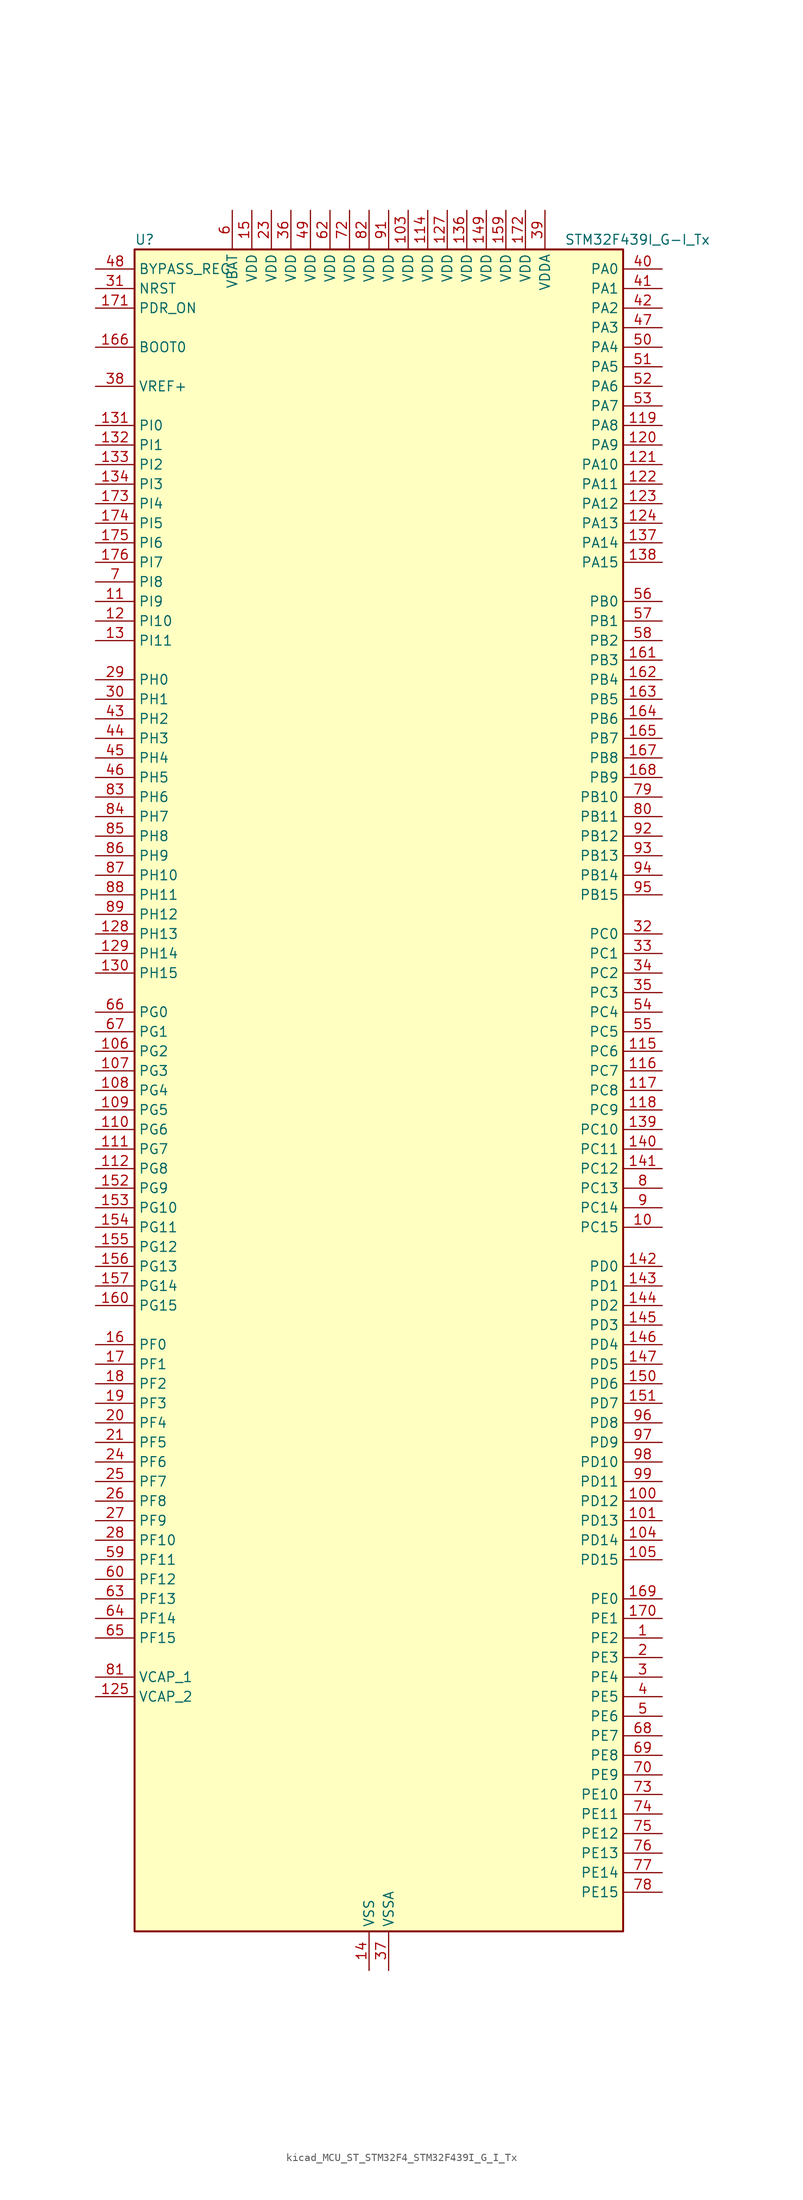
<source format=kicad_sym>
(kicad_symbol_lib
  (version 20220914)
  (generator kicad_symbol_editor)
  (symbol "kicad_MCU_ST_STM32F4_STM32F439I_G_I_Tx"
    (property "Reference" "U"
      (at -30.48 110.49 0)
      (effects (font (size 1.27 1.27)) (justify left)))
    (property "Value" "STM32F439I_G-I_Tx"
      (at 25.4 110.49 0)
      (effects (font (size 1.27 1.27)) (justify left)))
    (property "ki_locked" ""
      (at 0 0 0)
      (effects (font (size 1.27 1.27))))
    (symbol "kicad_MCU_ST_STM32F4_STM32F439I_G_I_Tx_0_1"
      (rectangle (start -30.48 -109.22) (end 33.02 109.22) (stroke (width 0.254) (type default)) (fill (type background))))
    (symbol "kicad_MCU_ST_STM32F4_STM32F439I_G_I_Tx_1_1"
      (pin bidirectional line (at 38.1 -71.12 180) (length 5.08) (name "PE2" (effects (font (size 1.27 1.27)))) (number "1" (effects (font (size 1.27 1.27)))) (alternate "ETH_TXD3" bidirectional line) (alternate "FMC_A23" bidirectional line) (alternate "SAI1_MCLK_A" bidirectional line) (alternate "SPI4_SCK" bidirectional line) (alternate "SYS_TRACECLK" bidirectional line))
      (pin bidirectional line (at 38.1 -17.78 180) (length 5.08) (name "PC15" (effects (font (size 1.27 1.27)))) (number "10" (effects (font (size 1.27 1.27)))) (alternate "ADC1_EXTI15" bidirectional line) (alternate "ADC2_EXTI15" bidirectional line) (alternate "ADC3_EXTI15" bidirectional line) (alternate "RCC_OSC32_OUT" bidirectional line))
      (pin bidirectional line (at 38.1 -53.34 180) (length 5.08) (name "PD12" (effects (font (size 1.27 1.27)))) (number "100" (effects (font (size 1.27 1.27)))) (alternate "FMC_A17" bidirectional line) (alternate "FMC_ALE" bidirectional line) (alternate "TIM4_CH1" bidirectional line) (alternate "USART3_RTS" bidirectional line))
      (pin bidirectional line (at 38.1 -55.88 180) (length 5.08) (name "PD13" (effects (font (size 1.27 1.27)))) (number "101" (effects (font (size 1.27 1.27)))) (alternate "FMC_A18" bidirectional line) (alternate "TIM4_CH2" bidirectional line))
      (pin passive line (at 0 -114.3 90) (length 5.08) hide (name "VSS" (effects (font (size 1.27 1.27)))) (number "102" (effects (font (size 1.27 1.27)))))
      (pin power_in line (at 5.08 114.3 270) (length 5.08) (name "VDD" (effects (font (size 1.27 1.27)))) (number "103" (effects (font (size 1.27 1.27)))))
      (pin bidirectional line (at 38.1 -58.42 180) (length 5.08) (name "PD14" (effects (font (size 1.27 1.27)))) (number "104" (effects (font (size 1.27 1.27)))) (alternate "FMC_D0" bidirectional line) (alternate "FMC_DA0" bidirectional line) (alternate "TIM4_CH3" bidirectional line))
      (pin bidirectional line (at 38.1 -60.96 180) (length 5.08) (name "PD15" (effects (font (size 1.27 1.27)))) (number "105" (effects (font (size 1.27 1.27)))) (alternate "ADC1_EXTI15" bidirectional line) (alternate "ADC2_EXTI15" bidirectional line) (alternate "ADC3_EXTI15" bidirectional line) (alternate "FMC_D1" bidirectional line) (alternate "FMC_DA1" bidirectional line) (alternate "TIM4_CH4" bidirectional line))
      (pin bidirectional line (at -35.56 5.08 0) (length 5.08) (name "PG2" (effects (font (size 1.27 1.27)))) (number "106" (effects (font (size 1.27 1.27)))) (alternate "FMC_A12" bidirectional line))
      (pin bidirectional line (at -35.56 2.54 0) (length 5.08) (name "PG3" (effects (font (size 1.27 1.27)))) (number "107" (effects (font (size 1.27 1.27)))) (alternate "FMC_A13" bidirectional line))
      (pin bidirectional line (at -35.56 0 0) (length 5.08) (name "PG4" (effects (font (size 1.27 1.27)))) (number "108" (effects (font (size 1.27 1.27)))) (alternate "FMC_A14" bidirectional line) (alternate "FMC_BA0" bidirectional line))
      (pin bidirectional line (at -35.56 -2.54 0) (length 5.08) (name "PG5" (effects (font (size 1.27 1.27)))) (number "109" (effects (font (size 1.27 1.27)))) (alternate "FMC_A15" bidirectional line) (alternate "FMC_BA1" bidirectional line))
      (pin bidirectional line (at -35.56 63.5 0) (length 5.08) (name "PI9" (effects (font (size 1.27 1.27)))) (number "11" (effects (font (size 1.27 1.27)))) (alternate "CAN1_RX" bidirectional line) (alternate "DAC_EXTI9" bidirectional line) (alternate "FMC_D30" bidirectional line) (alternate "LTDC_VSYNC" bidirectional line))
      (pin bidirectional line (at -35.56 -5.08 0) (length 5.08) (name "PG6" (effects (font (size 1.27 1.27)))) (number "110" (effects (font (size 1.27 1.27)))) (alternate "DCMI_D12" bidirectional line) (alternate "FMC_INT2" bidirectional line) (alternate "LTDC_R7" bidirectional line))
      (pin bidirectional line (at -35.56 -7.62 0) (length 5.08) (name "PG7" (effects (font (size 1.27 1.27)))) (number "111" (effects (font (size 1.27 1.27)))) (alternate "DCMI_D13" bidirectional line) (alternate "FMC_INT3" bidirectional line) (alternate "LTDC_CLK" bidirectional line) (alternate "USART6_CK" bidirectional line))
      (pin bidirectional line (at -35.56 -10.16 0) (length 5.08) (name "PG8" (effects (font (size 1.27 1.27)))) (number "112" (effects (font (size 1.27 1.27)))) (alternate "ETH_PPS_OUT" bidirectional line) (alternate "FMC_SDCLK" bidirectional line) (alternate "SPI6_NSS" bidirectional line) (alternate "USART6_RTS" bidirectional line))
      (pin passive line (at 0 -114.3 90) (length 5.08) hide (name "VSS" (effects (font (size 1.27 1.27)))) (number "113" (effects (font (size 1.27 1.27)))))
      (pin power_in line (at 7.62 114.3 270) (length 5.08) (name "VDD" (effects (font (size 1.27 1.27)))) (number "114" (effects (font (size 1.27 1.27)))))
      (pin bidirectional line (at 38.1 5.08 180) (length 5.08) (name "PC6" (effects (font (size 1.27 1.27)))) (number "115" (effects (font (size 1.27 1.27)))) (alternate "DCMI_D0" bidirectional line) (alternate "I2S2_MCK" bidirectional line) (alternate "LTDC_HSYNC" bidirectional line) (alternate "SDIO_D6" bidirectional line) (alternate "TIM3_CH1" bidirectional line) (alternate "TIM8_CH1" bidirectional line) (alternate "USART6_TX" bidirectional line))
      (pin bidirectional line (at 38.1 2.54 180) (length 5.08) (name "PC7" (effects (font (size 1.27 1.27)))) (number "116" (effects (font (size 1.27 1.27)))) (alternate "DCMI_D1" bidirectional line) (alternate "I2S3_MCK" bidirectional line) (alternate "LTDC_G6" bidirectional line) (alternate "SDIO_D7" bidirectional line) (alternate "TIM3_CH2" bidirectional line) (alternate "TIM8_CH2" bidirectional line) (alternate "USART6_RX" bidirectional line))
      (pin bidirectional line (at 38.1 0 180) (length 5.08) (name "PC8" (effects (font (size 1.27 1.27)))) (number "117" (effects (font (size 1.27 1.27)))) (alternate "DCMI_D2" bidirectional line) (alternate "SDIO_D0" bidirectional line) (alternate "TIM3_CH3" bidirectional line) (alternate "TIM8_CH3" bidirectional line) (alternate "USART6_CK" bidirectional line))
      (pin bidirectional line (at 38.1 -2.54 180) (length 5.08) (name "PC9" (effects (font (size 1.27 1.27)))) (number "118" (effects (font (size 1.27 1.27)))) (alternate "DAC_EXTI9" bidirectional line) (alternate "DCMI_D3" bidirectional line) (alternate "I2C3_SDA" bidirectional line) (alternate "I2S_CKIN" bidirectional line) (alternate "RCC_MCO_2" bidirectional line) (alternate "SDIO_D1" bidirectional line) (alternate "TIM3_CH4" bidirectional line) (alternate "TIM8_CH4" bidirectional line))
      (pin bidirectional line (at 38.1 86.36 180) (length 5.08) (name "PA8" (effects (font (size 1.27 1.27)))) (number "119" (effects (font (size 1.27 1.27)))) (alternate "I2C3_SCL" bidirectional line) (alternate "LTDC_R6" bidirectional line) (alternate "RCC_MCO_1" bidirectional line) (alternate "TIM1_CH1" bidirectional line) (alternate "USART1_CK" bidirectional line) (alternate "USB_OTG_FS_SOF" bidirectional line))
      (pin bidirectional line (at -35.56 60.96 0) (length 5.08) (name "PI10" (effects (font (size 1.27 1.27)))) (number "12" (effects (font (size 1.27 1.27)))) (alternate "ETH_RX_ER" bidirectional line) (alternate "FMC_D31" bidirectional line) (alternate "LTDC_HSYNC" bidirectional line))
      (pin bidirectional line (at 38.1 83.82 180) (length 5.08) (name "PA9" (effects (font (size 1.27 1.27)))) (number "120" (effects (font (size 1.27 1.27)))) (alternate "DAC_EXTI9" bidirectional line) (alternate "DCMI_D0" bidirectional line) (alternate "I2C3_SMBA" bidirectional line) (alternate "TIM1_CH2" bidirectional line) (alternate "USART1_TX" bidirectional line) (alternate "USB_OTG_FS_VBUS" bidirectional line))
      (pin bidirectional line (at 38.1 81.28 180) (length 5.08) (name "PA10" (effects (font (size 1.27 1.27)))) (number "121" (effects (font (size 1.27 1.27)))) (alternate "DCMI_D1" bidirectional line) (alternate "TIM1_CH3" bidirectional line) (alternate "USART1_RX" bidirectional line) (alternate "USB_OTG_FS_ID" bidirectional line))
      (pin bidirectional line (at 38.1 78.74 180) (length 5.08) (name "PA11" (effects (font (size 1.27 1.27)))) (number "122" (effects (font (size 1.27 1.27)))) (alternate "ADC1_EXTI11" bidirectional line) (alternate "ADC2_EXTI11" bidirectional line) (alternate "ADC3_EXTI11" bidirectional line) (alternate "CAN1_RX" bidirectional line) (alternate "LTDC_R4" bidirectional line) (alternate "TIM1_CH4" bidirectional line) (alternate "USART1_CTS" bidirectional line) (alternate "USB_OTG_FS_DM" bidirectional line))
      (pin bidirectional line (at 38.1 76.2 180) (length 5.08) (name "PA12" (effects (font (size 1.27 1.27)))) (number "123" (effects (font (size 1.27 1.27)))) (alternate "CAN1_TX" bidirectional line) (alternate "LTDC_R5" bidirectional line) (alternate "TIM1_ETR" bidirectional line) (alternate "USART1_RTS" bidirectional line) (alternate "USB_OTG_FS_DP" bidirectional line))
      (pin bidirectional line (at 38.1 73.66 180) (length 5.08) (name "PA13" (effects (font (size 1.27 1.27)))) (number "124" (effects (font (size 1.27 1.27)))) (alternate "SYS_JTMS-SWDIO" bidirectional line))
      (pin power_out line (at -35.56 -78.74 0) (length 5.08) (name "VCAP_2" (effects (font (size 1.27 1.27)))) (number "125" (effects (font (size 1.27 1.27)))))
      (pin passive line (at 0 -114.3 90) (length 5.08) hide (name "VSS" (effects (font (size 1.27 1.27)))) (number "126" (effects (font (size 1.27 1.27)))))
      (pin power_in line (at 10.16 114.3 270) (length 5.08) (name "VDD" (effects (font (size 1.27 1.27)))) (number "127" (effects (font (size 1.27 1.27)))))
      (pin bidirectional line (at -35.56 20.32 0) (length 5.08) (name "PH13" (effects (font (size 1.27 1.27)))) (number "128" (effects (font (size 1.27 1.27)))) (alternate "CAN1_TX" bidirectional line) (alternate "FMC_D21" bidirectional line) (alternate "LTDC_G2" bidirectional line) (alternate "TIM8_CH1N" bidirectional line))
      (pin bidirectional line (at -35.56 17.78 0) (length 5.08) (name "PH14" (effects (font (size 1.27 1.27)))) (number "129" (effects (font (size 1.27 1.27)))) (alternate "DCMI_D4" bidirectional line) (alternate "FMC_D22" bidirectional line) (alternate "LTDC_G3" bidirectional line) (alternate "TIM8_CH2N" bidirectional line))
      (pin bidirectional line (at -35.56 58.42 0) (length 5.08) (name "PI11" (effects (font (size 1.27 1.27)))) (number "13" (effects (font (size 1.27 1.27)))) (alternate "ADC1_EXTI11" bidirectional line) (alternate "ADC2_EXTI11" bidirectional line) (alternate "ADC3_EXTI11" bidirectional line) (alternate "USB_OTG_HS_ULPI_DIR" bidirectional line))
      (pin bidirectional line (at -35.56 15.24 0) (length 5.08) (name "PH15" (effects (font (size 1.27 1.27)))) (number "130" (effects (font (size 1.27 1.27)))) (alternate "ADC1_EXTI15" bidirectional line) (alternate "ADC2_EXTI15" bidirectional line) (alternate "ADC3_EXTI15" bidirectional line) (alternate "DCMI_D11" bidirectional line) (alternate "FMC_D23" bidirectional line) (alternate "LTDC_G4" bidirectional line) (alternate "TIM8_CH3N" bidirectional line))
      (pin bidirectional line (at -35.56 86.36 0) (length 5.08) (name "PI0" (effects (font (size 1.27 1.27)))) (number "131" (effects (font (size 1.27 1.27)))) (alternate "DCMI_D13" bidirectional line) (alternate "FMC_D24" bidirectional line) (alternate "I2S2_WS" bidirectional line) (alternate "LTDC_G5" bidirectional line) (alternate "SPI2_NSS" bidirectional line) (alternate "TIM5_CH4" bidirectional line))
      (pin bidirectional line (at -35.56 83.82 0) (length 5.08) (name "PI1" (effects (font (size 1.27 1.27)))) (number "132" (effects (font (size 1.27 1.27)))) (alternate "DCMI_D8" bidirectional line) (alternate "FMC_D25" bidirectional line) (alternate "I2S2_CK" bidirectional line) (alternate "LTDC_G6" bidirectional line) (alternate "SPI2_SCK" bidirectional line))
      (pin bidirectional line (at -35.56 81.28 0) (length 5.08) (name "PI2" (effects (font (size 1.27 1.27)))) (number "133" (effects (font (size 1.27 1.27)))) (alternate "DCMI_D9" bidirectional line) (alternate "FMC_D26" bidirectional line) (alternate "I2S2_ext_SD" bidirectional line) (alternate "LTDC_G7" bidirectional line) (alternate "SPI2_MISO" bidirectional line) (alternate "TIM8_CH4" bidirectional line))
      (pin bidirectional line (at -35.56 78.74 0) (length 5.08) (name "PI3" (effects (font (size 1.27 1.27)))) (number "134" (effects (font (size 1.27 1.27)))) (alternate "DCMI_D10" bidirectional line) (alternate "FMC_D27" bidirectional line) (alternate "I2S2_SD" bidirectional line) (alternate "SPI2_MOSI" bidirectional line) (alternate "TIM8_ETR" bidirectional line))
      (pin passive line (at 0 -114.3 90) (length 5.08) hide (name "VSS" (effects (font (size 1.27 1.27)))) (number "135" (effects (font (size 1.27 1.27)))))
      (pin power_in line (at 12.7 114.3 270) (length 5.08) (name "VDD" (effects (font (size 1.27 1.27)))) (number "136" (effects (font (size 1.27 1.27)))))
      (pin bidirectional line (at 38.1 71.12 180) (length 5.08) (name "PA14" (effects (font (size 1.27 1.27)))) (number "137" (effects (font (size 1.27 1.27)))) (alternate "SYS_JTCK-SWCLK" bidirectional line))
      (pin bidirectional line (at 38.1 68.58 180) (length 5.08) (name "PA15" (effects (font (size 1.27 1.27)))) (number "138" (effects (font (size 1.27 1.27)))) (alternate "ADC1_EXTI15" bidirectional line) (alternate "ADC2_EXTI15" bidirectional line) (alternate "ADC3_EXTI15" bidirectional line) (alternate "I2S3_WS" bidirectional line) (alternate "SPI1_NSS" bidirectional line) (alternate "SPI3_NSS" bidirectional line) (alternate "SYS_JTDI" bidirectional line) (alternate "TIM2_CH1" bidirectional line) (alternate "TIM2_ETR" bidirectional line))
      (pin bidirectional line (at 38.1 -5.08 180) (length 5.08) (name "PC10" (effects (font (size 1.27 1.27)))) (number "139" (effects (font (size 1.27 1.27)))) (alternate "DCMI_D8" bidirectional line) (alternate "I2S3_CK" bidirectional line) (alternate "LTDC_R2" bidirectional line) (alternate "SDIO_D2" bidirectional line) (alternate "SPI3_SCK" bidirectional line) (alternate "UART4_TX" bidirectional line) (alternate "USART3_TX" bidirectional line))
      (pin power_in line (at 0 -114.3 90) (length 5.08) (name "VSS" (effects (font (size 1.27 1.27)))) (number "14" (effects (font (size 1.27 1.27)))))
      (pin bidirectional line (at 38.1 -7.62 180) (length 5.08) (name "PC11" (effects (font (size 1.27 1.27)))) (number "140" (effects (font (size 1.27 1.27)))) (alternate "ADC1_EXTI11" bidirectional line) (alternate "ADC2_EXTI11" bidirectional line) (alternate "ADC3_EXTI11" bidirectional line) (alternate "DCMI_D4" bidirectional line) (alternate "I2S3_ext_SD" bidirectional line) (alternate "SDIO_D3" bidirectional line) (alternate "SPI3_MISO" bidirectional line) (alternate "UART4_RX" bidirectional line) (alternate "USART3_RX" bidirectional line))
      (pin bidirectional line (at 38.1 -10.16 180) (length 5.08) (name "PC12" (effects (font (size 1.27 1.27)))) (number "141" (effects (font (size 1.27 1.27)))) (alternate "DCMI_D9" bidirectional line) (alternate "I2S3_SD" bidirectional line) (alternate "SDIO_CK" bidirectional line) (alternate "SPI3_MOSI" bidirectional line) (alternate "UART5_TX" bidirectional line) (alternate "USART3_CK" bidirectional line))
      (pin bidirectional line (at 38.1 -22.86 180) (length 5.08) (name "PD0" (effects (font (size 1.27 1.27)))) (number "142" (effects (font (size 1.27 1.27)))) (alternate "CAN1_RX" bidirectional line) (alternate "FMC_D2" bidirectional line) (alternate "FMC_DA2" bidirectional line))
      (pin bidirectional line (at 38.1 -25.4 180) (length 5.08) (name "PD1" (effects (font (size 1.27 1.27)))) (number "143" (effects (font (size 1.27 1.27)))) (alternate "CAN1_TX" bidirectional line) (alternate "FMC_D3" bidirectional line) (alternate "FMC_DA3" bidirectional line))
      (pin bidirectional line (at 38.1 -27.94 180) (length 5.08) (name "PD2" (effects (font (size 1.27 1.27)))) (number "144" (effects (font (size 1.27 1.27)))) (alternate "DCMI_D11" bidirectional line) (alternate "SDIO_CMD" bidirectional line) (alternate "TIM3_ETR" bidirectional line) (alternate "UART5_RX" bidirectional line))
      (pin bidirectional line (at 38.1 -30.48 180) (length 5.08) (name "PD3" (effects (font (size 1.27 1.27)))) (number "145" (effects (font (size 1.27 1.27)))) (alternate "DCMI_D5" bidirectional line) (alternate "FMC_CLK" bidirectional line) (alternate "I2S2_CK" bidirectional line) (alternate "LTDC_G7" bidirectional line) (alternate "SPI2_SCK" bidirectional line) (alternate "USART2_CTS" bidirectional line))
      (pin bidirectional line (at 38.1 -33.02 180) (length 5.08) (name "PD4" (effects (font (size 1.27 1.27)))) (number "146" (effects (font (size 1.27 1.27)))) (alternate "FMC_NOE" bidirectional line) (alternate "USART2_RTS" bidirectional line))
      (pin bidirectional line (at 38.1 -35.56 180) (length 5.08) (name "PD5" (effects (font (size 1.27 1.27)))) (number "147" (effects (font (size 1.27 1.27)))) (alternate "FMC_NWE" bidirectional line) (alternate "USART2_TX" bidirectional line))
      (pin passive line (at 0 -114.3 90) (length 5.08) hide (name "VSS" (effects (font (size 1.27 1.27)))) (number "148" (effects (font (size 1.27 1.27)))))
      (pin power_in line (at 15.24 114.3 270) (length 5.08) (name "VDD" (effects (font (size 1.27 1.27)))) (number "149" (effects (font (size 1.27 1.27)))))
      (pin power_in line (at -15.24 114.3 270) (length 5.08) (name "VDD" (effects (font (size 1.27 1.27)))) (number "15" (effects (font (size 1.27 1.27)))))
      (pin bidirectional line (at 38.1 -38.1 180) (length 5.08) (name "PD6" (effects (font (size 1.27 1.27)))) (number "150" (effects (font (size 1.27 1.27)))) (alternate "DCMI_D10" bidirectional line) (alternate "FMC_NWAIT" bidirectional line) (alternate "I2S3_SD" bidirectional line) (alternate "LTDC_B2" bidirectional line) (alternate "SAI1_SD_A" bidirectional line) (alternate "SPI3_MOSI" bidirectional line) (alternate "USART2_RX" bidirectional line))
      (pin bidirectional line (at 38.1 -40.64 180) (length 5.08) (name "PD7" (effects (font (size 1.27 1.27)))) (number "151" (effects (font (size 1.27 1.27)))) (alternate "FMC_NCE2" bidirectional line) (alternate "FMC_NE1" bidirectional line) (alternate "USART2_CK" bidirectional line))
      (pin bidirectional line (at -35.56 -12.7 0) (length 5.08) (name "PG9" (effects (font (size 1.27 1.27)))) (number "152" (effects (font (size 1.27 1.27)))) (alternate "DAC_EXTI9" bidirectional line) (alternate "DCMI_VSYNC" bidirectional line) (alternate "FMC_NCE3" bidirectional line) (alternate "FMC_NE2" bidirectional line) (alternate "USART6_RX" bidirectional line))
      (pin bidirectional line (at -35.56 -15.24 0) (length 5.08) (name "PG10" (effects (font (size 1.27 1.27)))) (number "153" (effects (font (size 1.27 1.27)))) (alternate "DCMI_D2" bidirectional line) (alternate "FMC_NCE4_1" bidirectional line) (alternate "FMC_NE3" bidirectional line) (alternate "LTDC_B2" bidirectional line) (alternate "LTDC_G3" bidirectional line))
      (pin bidirectional line (at -35.56 -17.78 0) (length 5.08) (name "PG11" (effects (font (size 1.27 1.27)))) (number "154" (effects (font (size 1.27 1.27)))) (alternate "ADC1_EXTI11" bidirectional line) (alternate "ADC2_EXTI11" bidirectional line) (alternate "ADC3_EXTI11" bidirectional line) (alternate "DCMI_D3" bidirectional line) (alternate "ETH_TX_EN" bidirectional line) (alternate "FMC_NCE4_2" bidirectional line) (alternate "LTDC_B3" bidirectional line))
      (pin bidirectional line (at -35.56 -20.32 0) (length 5.08) (name "PG12" (effects (font (size 1.27 1.27)))) (number "155" (effects (font (size 1.27 1.27)))) (alternate "FMC_NE4" bidirectional line) (alternate "LTDC_B1" bidirectional line) (alternate "LTDC_B4" bidirectional line) (alternate "SPI6_MISO" bidirectional line) (alternate "USART6_RTS" bidirectional line))
      (pin bidirectional line (at -35.56 -22.86 0) (length 5.08) (name "PG13" (effects (font (size 1.27 1.27)))) (number "156" (effects (font (size 1.27 1.27)))) (alternate "ETH_TXD0" bidirectional line) (alternate "FMC_A24" bidirectional line) (alternate "SPI6_SCK" bidirectional line) (alternate "USART6_CTS" bidirectional line))
      (pin bidirectional line (at -35.56 -25.4 0) (length 5.08) (name "PG14" (effects (font (size 1.27 1.27)))) (number "157" (effects (font (size 1.27 1.27)))) (alternate "ETH_TXD1" bidirectional line) (alternate "FMC_A25" bidirectional line) (alternate "SPI6_MOSI" bidirectional line) (alternate "USART6_TX" bidirectional line))
      (pin passive line (at 0 -114.3 90) (length 5.08) hide (name "VSS" (effects (font (size 1.27 1.27)))) (number "158" (effects (font (size 1.27 1.27)))))
      (pin power_in line (at 17.78 114.3 270) (length 5.08) (name "VDD" (effects (font (size 1.27 1.27)))) (number "159" (effects (font (size 1.27 1.27)))))
      (pin bidirectional line (at -35.56 -33.02 0) (length 5.08) (name "PF0" (effects (font (size 1.27 1.27)))) (number "16" (effects (font (size 1.27 1.27)))) (alternate "FMC_A0" bidirectional line) (alternate "I2C2_SDA" bidirectional line))
      (pin bidirectional line (at -35.56 -27.94 0) (length 5.08) (name "PG15" (effects (font (size 1.27 1.27)))) (number "160" (effects (font (size 1.27 1.27)))) (alternate "ADC1_EXTI15" bidirectional line) (alternate "ADC2_EXTI15" bidirectional line) (alternate "ADC3_EXTI15" bidirectional line) (alternate "DCMI_D13" bidirectional line) (alternate "FMC_SDNCAS" bidirectional line) (alternate "USART6_CTS" bidirectional line))
      (pin bidirectional line (at 38.1 55.88 180) (length 5.08) (name "PB3" (effects (font (size 1.27 1.27)))) (number "161" (effects (font (size 1.27 1.27)))) (alternate "I2S3_CK" bidirectional line) (alternate "SPI1_SCK" bidirectional line) (alternate "SPI3_SCK" bidirectional line) (alternate "SYS_JTDO-SWO" bidirectional line) (alternate "TIM2_CH2" bidirectional line))
      (pin bidirectional line (at 38.1 53.34 180) (length 5.08) (name "PB4" (effects (font (size 1.27 1.27)))) (number "162" (effects (font (size 1.27 1.27)))) (alternate "I2S3_ext_SD" bidirectional line) (alternate "SPI1_MISO" bidirectional line) (alternate "SPI3_MISO" bidirectional line) (alternate "SYS_JTRST" bidirectional line) (alternate "TIM3_CH1" bidirectional line))
      (pin bidirectional line (at 38.1 50.8 180) (length 5.08) (name "PB5" (effects (font (size 1.27 1.27)))) (number "163" (effects (font (size 1.27 1.27)))) (alternate "CAN2_RX" bidirectional line) (alternate "DCMI_D10" bidirectional line) (alternate "ETH_PPS_OUT" bidirectional line) (alternate "FMC_SDCKE1" bidirectional line) (alternate "I2C1_SMBA" bidirectional line) (alternate "I2S3_SD" bidirectional line) (alternate "SPI1_MOSI" bidirectional line) (alternate "SPI3_MOSI" bidirectional line) (alternate "TIM3_CH2" bidirectional line) (alternate "USB_OTG_HS_ULPI_D7" bidirectional line))
      (pin bidirectional line (at 38.1 48.26 180) (length 5.08) (name "PB6" (effects (font (size 1.27 1.27)))) (number "164" (effects (font (size 1.27 1.27)))) (alternate "CAN2_TX" bidirectional line) (alternate "DCMI_D5" bidirectional line) (alternate "FMC_SDNE1" bidirectional line) (alternate "I2C1_SCL" bidirectional line) (alternate "TIM4_CH1" bidirectional line) (alternate "USART1_TX" bidirectional line))
      (pin bidirectional line (at 38.1 45.72 180) (length 5.08) (name "PB7" (effects (font (size 1.27 1.27)))) (number "165" (effects (font (size 1.27 1.27)))) (alternate "DCMI_VSYNC" bidirectional line) (alternate "FMC_NL" bidirectional line) (alternate "I2C1_SDA" bidirectional line) (alternate "TIM4_CH2" bidirectional line) (alternate "USART1_RX" bidirectional line))
      (pin input line (at -35.56 96.52 0) (length 5.08) (name "BOOT0" (effects (font (size 1.27 1.27)))) (number "166" (effects (font (size 1.27 1.27)))))
      (pin bidirectional line (at 38.1 43.18 180) (length 5.08) (name "PB8" (effects (font (size 1.27 1.27)))) (number "167" (effects (font (size 1.27 1.27)))) (alternate "CAN1_RX" bidirectional line) (alternate "DCMI_D6" bidirectional line) (alternate "ETH_TXD3" bidirectional line) (alternate "I2C1_SCL" bidirectional line) (alternate "LTDC_B6" bidirectional line) (alternate "SDIO_D4" bidirectional line) (alternate "TIM10_CH1" bidirectional line) (alternate "TIM4_CH3" bidirectional line))
      (pin bidirectional line (at 38.1 40.64 180) (length 5.08) (name "PB9" (effects (font (size 1.27 1.27)))) (number "168" (effects (font (size 1.27 1.27)))) (alternate "CAN1_TX" bidirectional line) (alternate "DAC_EXTI9" bidirectional line) (alternate "DCMI_D7" bidirectional line) (alternate "I2C1_SDA" bidirectional line) (alternate "I2S2_WS" bidirectional line) (alternate "LTDC_B7" bidirectional line) (alternate "SDIO_D5" bidirectional line) (alternate "SPI2_NSS" bidirectional line) (alternate "TIM11_CH1" bidirectional line) (alternate "TIM4_CH4" bidirectional line))
      (pin bidirectional line (at 38.1 -66.04 180) (length 5.08) (name "PE0" (effects (font (size 1.27 1.27)))) (number "169" (effects (font (size 1.27 1.27)))) (alternate "DCMI_D2" bidirectional line) (alternate "FMC_NBL0" bidirectional line) (alternate "TIM4_ETR" bidirectional line) (alternate "UART8_RX" bidirectional line))
      (pin bidirectional line (at -35.56 -35.56 0) (length 5.08) (name "PF1" (effects (font (size 1.27 1.27)))) (number "17" (effects (font (size 1.27 1.27)))) (alternate "FMC_A1" bidirectional line) (alternate "I2C2_SCL" bidirectional line))
      (pin bidirectional line (at 38.1 -68.58 180) (length 5.08) (name "PE1" (effects (font (size 1.27 1.27)))) (number "170" (effects (font (size 1.27 1.27)))) (alternate "DCMI_D3" bidirectional line) (alternate "FMC_NBL1" bidirectional line) (alternate "UART8_TX" bidirectional line))
      (pin input line (at -35.56 101.6 0) (length 5.08) (name "PDR_ON" (effects (font (size 1.27 1.27)))) (number "171" (effects (font (size 1.27 1.27)))))
      (pin power_in line (at 20.32 114.3 270) (length 5.08) (name "VDD" (effects (font (size 1.27 1.27)))) (number "172" (effects (font (size 1.27 1.27)))))
      (pin bidirectional line (at -35.56 76.2 0) (length 5.08) (name "PI4" (effects (font (size 1.27 1.27)))) (number "173" (effects (font (size 1.27 1.27)))) (alternate "DCMI_D5" bidirectional line) (alternate "FMC_NBL2" bidirectional line) (alternate "LTDC_B4" bidirectional line) (alternate "TIM8_BKIN" bidirectional line))
      (pin bidirectional line (at -35.56 73.66 0) (length 5.08) (name "PI5" (effects (font (size 1.27 1.27)))) (number "174" (effects (font (size 1.27 1.27)))) (alternate "DCMI_VSYNC" bidirectional line) (alternate "FMC_NBL3" bidirectional line) (alternate "LTDC_B5" bidirectional line) (alternate "TIM8_CH1" bidirectional line))
      (pin bidirectional line (at -35.56 71.12 0) (length 5.08) (name "PI6" (effects (font (size 1.27 1.27)))) (number "175" (effects (font (size 1.27 1.27)))) (alternate "DCMI_D6" bidirectional line) (alternate "FMC_D28" bidirectional line) (alternate "LTDC_B6" bidirectional line) (alternate "TIM8_CH2" bidirectional line))
      (pin bidirectional line (at -35.56 68.58 0) (length 5.08) (name "PI7" (effects (font (size 1.27 1.27)))) (number "176" (effects (font (size 1.27 1.27)))) (alternate "DCMI_D7" bidirectional line) (alternate "FMC_D29" bidirectional line) (alternate "LTDC_B7" bidirectional line) (alternate "TIM8_CH3" bidirectional line))
      (pin bidirectional line (at -35.56 -38.1 0) (length 5.08) (name "PF2" (effects (font (size 1.27 1.27)))) (number "18" (effects (font (size 1.27 1.27)))) (alternate "FMC_A2" bidirectional line) (alternate "I2C2_SMBA" bidirectional line))
      (pin bidirectional line (at -35.56 -40.64 0) (length 5.08) (name "PF3" (effects (font (size 1.27 1.27)))) (number "19" (effects (font (size 1.27 1.27)))) (alternate "ADC3_IN9" bidirectional line) (alternate "FMC_A3" bidirectional line))
      (pin bidirectional line (at 38.1 -73.66 180) (length 5.08) (name "PE3" (effects (font (size 1.27 1.27)))) (number "2" (effects (font (size 1.27 1.27)))) (alternate "FMC_A19" bidirectional line) (alternate "SAI1_SD_B" bidirectional line) (alternate "SYS_TRACED0" bidirectional line))
      (pin bidirectional line (at -35.56 -43.18 0) (length 5.08) (name "PF4" (effects (font (size 1.27 1.27)))) (number "20" (effects (font (size 1.27 1.27)))) (alternate "ADC3_IN14" bidirectional line) (alternate "FMC_A4" bidirectional line))
      (pin bidirectional line (at -35.56 -45.72 0) (length 5.08) (name "PF5" (effects (font (size 1.27 1.27)))) (number "21" (effects (font (size 1.27 1.27)))) (alternate "ADC3_IN15" bidirectional line) (alternate "FMC_A5" bidirectional line))
      (pin passive line (at 0 -114.3 90) (length 5.08) hide (name "VSS" (effects (font (size 1.27 1.27)))) (number "22" (effects (font (size 1.27 1.27)))))
      (pin power_in line (at -12.7 114.3 270) (length 5.08) (name "VDD" (effects (font (size 1.27 1.27)))) (number "23" (effects (font (size 1.27 1.27)))))
      (pin bidirectional line (at -35.56 -48.26 0) (length 5.08) (name "PF6" (effects (font (size 1.27 1.27)))) (number "24" (effects (font (size 1.27 1.27)))) (alternate "ADC3_IN4" bidirectional line) (alternate "FMC_NIORD" bidirectional line) (alternate "SAI1_SD_B" bidirectional line) (alternate "SPI5_NSS" bidirectional line) (alternate "TIM10_CH1" bidirectional line) (alternate "UART7_RX" bidirectional line))
      (pin bidirectional line (at -35.56 -50.8 0) (length 5.08) (name "PF7" (effects (font (size 1.27 1.27)))) (number "25" (effects (font (size 1.27 1.27)))) (alternate "ADC3_IN5" bidirectional line) (alternate "FMC_NREG" bidirectional line) (alternate "SAI1_MCLK_B" bidirectional line) (alternate "SPI5_SCK" bidirectional line) (alternate "TIM11_CH1" bidirectional line) (alternate "UART7_TX" bidirectional line))
      (pin bidirectional line (at -35.56 -53.34 0) (length 5.08) (name "PF8" (effects (font (size 1.27 1.27)))) (number "26" (effects (font (size 1.27 1.27)))) (alternate "ADC3_IN6" bidirectional line) (alternate "FMC_NIOWR" bidirectional line) (alternate "SAI1_SCK_B" bidirectional line) (alternate "SPI5_MISO" bidirectional line) (alternate "TIM13_CH1" bidirectional line))
      (pin bidirectional line (at -35.56 -55.88 0) (length 5.08) (name "PF9" (effects (font (size 1.27 1.27)))) (number "27" (effects (font (size 1.27 1.27)))) (alternate "ADC3_IN7" bidirectional line) (alternate "DAC_EXTI9" bidirectional line) (alternate "FMC_CD" bidirectional line) (alternate "SAI1_FS_B" bidirectional line) (alternate "SPI5_MOSI" bidirectional line) (alternate "TIM14_CH1" bidirectional line))
      (pin bidirectional line (at -35.56 -58.42 0) (length 5.08) (name "PF10" (effects (font (size 1.27 1.27)))) (number "28" (effects (font (size 1.27 1.27)))) (alternate "ADC3_IN8" bidirectional line) (alternate "DCMI_D11" bidirectional line) (alternate "FMC_INTR" bidirectional line) (alternate "LTDC_DE" bidirectional line))
      (pin bidirectional line (at -35.56 53.34 0) (length 5.08) (name "PH0" (effects (font (size 1.27 1.27)))) (number "29" (effects (font (size 1.27 1.27)))) (alternate "RCC_OSC_IN" bidirectional line))
      (pin bidirectional line (at 38.1 -76.2 180) (length 5.08) (name "PE4" (effects (font (size 1.27 1.27)))) (number "3" (effects (font (size 1.27 1.27)))) (alternate "DCMI_D4" bidirectional line) (alternate "FMC_A20" bidirectional line) (alternate "LTDC_B0" bidirectional line) (alternate "SAI1_FS_A" bidirectional line) (alternate "SPI4_NSS" bidirectional line) (alternate "SYS_TRACED1" bidirectional line))
      (pin bidirectional line (at -35.56 50.8 0) (length 5.08) (name "PH1" (effects (font (size 1.27 1.27)))) (number "30" (effects (font (size 1.27 1.27)))) (alternate "RCC_OSC_OUT" bidirectional line))
      (pin input line (at -35.56 104.14 0) (length 5.08) (name "NRST" (effects (font (size 1.27 1.27)))) (number "31" (effects (font (size 1.27 1.27)))))
      (pin bidirectional line (at 38.1 20.32 180) (length 5.08) (name "PC0" (effects (font (size 1.27 1.27)))) (number "32" (effects (font (size 1.27 1.27)))) (alternate "ADC1_IN10" bidirectional line) (alternate "ADC2_IN10" bidirectional line) (alternate "ADC3_IN10" bidirectional line) (alternate "FMC_SDNWE" bidirectional line) (alternate "USB_OTG_HS_ULPI_STP" bidirectional line))
      (pin bidirectional line (at 38.1 17.78 180) (length 5.08) (name "PC1" (effects (font (size 1.27 1.27)))) (number "33" (effects (font (size 1.27 1.27)))) (alternate "ADC1_IN11" bidirectional line) (alternate "ADC2_IN11" bidirectional line) (alternate "ADC3_IN11" bidirectional line) (alternate "ETH_MDC" bidirectional line))
      (pin bidirectional line (at 38.1 15.24 180) (length 5.08) (name "PC2" (effects (font (size 1.27 1.27)))) (number "34" (effects (font (size 1.27 1.27)))) (alternate "ADC1_IN12" bidirectional line) (alternate "ADC2_IN12" bidirectional line) (alternate "ADC3_IN12" bidirectional line) (alternate "ETH_TXD2" bidirectional line) (alternate "FMC_SDNE0" bidirectional line) (alternate "I2S2_ext_SD" bidirectional line) (alternate "SPI2_MISO" bidirectional line) (alternate "USB_OTG_HS_ULPI_DIR" bidirectional line))
      (pin bidirectional line (at 38.1 12.7 180) (length 5.08) (name "PC3" (effects (font (size 1.27 1.27)))) (number "35" (effects (font (size 1.27 1.27)))) (alternate "ADC1_IN13" bidirectional line) (alternate "ADC2_IN13" bidirectional line) (alternate "ADC3_IN13" bidirectional line) (alternate "ETH_TX_CLK" bidirectional line) (alternate "FMC_SDCKE0" bidirectional line) (alternate "I2S2_SD" bidirectional line) (alternate "SPI2_MOSI" bidirectional line) (alternate "USB_OTG_HS_ULPI_NXT" bidirectional line))
      (pin power_in line (at -10.16 114.3 270) (length 5.08) (name "VDD" (effects (font (size 1.27 1.27)))) (number "36" (effects (font (size 1.27 1.27)))))
      (pin power_in line (at 2.54 -114.3 90) (length 5.08) (name "VSSA" (effects (font (size 1.27 1.27)))) (number "37" (effects (font (size 1.27 1.27)))))
      (pin input line (at -35.56 91.44 0) (length 5.08) (name "VREF+" (effects (font (size 1.27 1.27)))) (number "38" (effects (font (size 1.27 1.27)))))
      (pin power_in line (at 22.86 114.3 270) (length 5.08) (name "VDDA" (effects (font (size 1.27 1.27)))) (number "39" (effects (font (size 1.27 1.27)))))
      (pin bidirectional line (at 38.1 -78.74 180) (length 5.08) (name "PE5" (effects (font (size 1.27 1.27)))) (number "4" (effects (font (size 1.27 1.27)))) (alternate "DCMI_D6" bidirectional line) (alternate "FMC_A21" bidirectional line) (alternate "LTDC_G0" bidirectional line) (alternate "SAI1_SCK_A" bidirectional line) (alternate "SPI4_MISO" bidirectional line) (alternate "SYS_TRACED2" bidirectional line) (alternate "TIM9_CH1" bidirectional line))
      (pin bidirectional line (at 38.1 106.68 180) (length 5.08) (name "PA0" (effects (font (size 1.27 1.27)))) (number "40" (effects (font (size 1.27 1.27)))) (alternate "ADC1_IN0" bidirectional line) (alternate "ADC2_IN0" bidirectional line) (alternate "ADC3_IN0" bidirectional line) (alternate "ETH_CRS" bidirectional line) (alternate "SYS_WKUP" bidirectional line) (alternate "TIM2_CH1" bidirectional line) (alternate "TIM2_ETR" bidirectional line) (alternate "TIM5_CH1" bidirectional line) (alternate "TIM8_ETR" bidirectional line) (alternate "UART4_TX" bidirectional line) (alternate "USART2_CTS" bidirectional line))
      (pin bidirectional line (at 38.1 104.14 180) (length 5.08) (name "PA1" (effects (font (size 1.27 1.27)))) (number "41" (effects (font (size 1.27 1.27)))) (alternate "ADC1_IN1" bidirectional line) (alternate "ADC2_IN1" bidirectional line) (alternate "ADC3_IN1" bidirectional line) (alternate "ETH_REF_CLK" bidirectional line) (alternate "ETH_RX_CLK" bidirectional line) (alternate "TIM2_CH2" bidirectional line) (alternate "TIM5_CH2" bidirectional line) (alternate "UART4_RX" bidirectional line) (alternate "USART2_RTS" bidirectional line))
      (pin bidirectional line (at 38.1 101.6 180) (length 5.08) (name "PA2" (effects (font (size 1.27 1.27)))) (number "42" (effects (font (size 1.27 1.27)))) (alternate "ADC1_IN2" bidirectional line) (alternate "ADC2_IN2" bidirectional line) (alternate "ADC3_IN2" bidirectional line) (alternate "ETH_MDIO" bidirectional line) (alternate "TIM2_CH3" bidirectional line) (alternate "TIM5_CH3" bidirectional line) (alternate "TIM9_CH1" bidirectional line) (alternate "USART2_TX" bidirectional line))
      (pin bidirectional line (at -35.56 48.26 0) (length 5.08) (name "PH2" (effects (font (size 1.27 1.27)))) (number "43" (effects (font (size 1.27 1.27)))) (alternate "ETH_CRS" bidirectional line) (alternate "FMC_SDCKE0" bidirectional line) (alternate "LTDC_R0" bidirectional line))
      (pin bidirectional line (at -35.56 45.72 0) (length 5.08) (name "PH3" (effects (font (size 1.27 1.27)))) (number "44" (effects (font (size 1.27 1.27)))) (alternate "ETH_COL" bidirectional line) (alternate "FMC_SDNE0" bidirectional line) (alternate "LTDC_R1" bidirectional line))
      (pin bidirectional line (at -35.56 43.18 0) (length 5.08) (name "PH4" (effects (font (size 1.27 1.27)))) (number "45" (effects (font (size 1.27 1.27)))) (alternate "I2C2_SCL" bidirectional line) (alternate "USB_OTG_HS_ULPI_NXT" bidirectional line))
      (pin bidirectional line (at -35.56 40.64 0) (length 5.08) (name "PH5" (effects (font (size 1.27 1.27)))) (number "46" (effects (font (size 1.27 1.27)))) (alternate "FMC_SDNWE" bidirectional line) (alternate "I2C2_SDA" bidirectional line) (alternate "SPI5_NSS" bidirectional line))
      (pin bidirectional line (at 38.1 99.06 180) (length 5.08) (name "PA3" (effects (font (size 1.27 1.27)))) (number "47" (effects (font (size 1.27 1.27)))) (alternate "ADC1_IN3" bidirectional line) (alternate "ADC2_IN3" bidirectional line) (alternate "ADC3_IN3" bidirectional line) (alternate "ETH_COL" bidirectional line) (alternate "LTDC_B5" bidirectional line) (alternate "TIM2_CH4" bidirectional line) (alternate "TIM5_CH4" bidirectional line) (alternate "TIM9_CH2" bidirectional line) (alternate "USART2_RX" bidirectional line) (alternate "USB_OTG_HS_ULPI_D0" bidirectional line))
      (pin input line (at -35.56 106.68 0) (length 5.08) (name "BYPASS_REG" (effects (font (size 1.27 1.27)))) (number "48" (effects (font (size 1.27 1.27)))))
      (pin power_in line (at -7.62 114.3 270) (length 5.08) (name "VDD" (effects (font (size 1.27 1.27)))) (number "49" (effects (font (size 1.27 1.27)))))
      (pin bidirectional line (at 38.1 -81.28 180) (length 5.08) (name "PE6" (effects (font (size 1.27 1.27)))) (number "5" (effects (font (size 1.27 1.27)))) (alternate "DCMI_D7" bidirectional line) (alternate "FMC_A22" bidirectional line) (alternate "LTDC_G1" bidirectional line) (alternate "SAI1_SD_A" bidirectional line) (alternate "SPI4_MOSI" bidirectional line) (alternate "SYS_TRACED3" bidirectional line) (alternate "TIM9_CH2" bidirectional line))
      (pin bidirectional line (at 38.1 96.52 180) (length 5.08) (name "PA4" (effects (font (size 1.27 1.27)))) (number "50" (effects (font (size 1.27 1.27)))) (alternate "ADC1_IN4" bidirectional line) (alternate "ADC2_IN4" bidirectional line) (alternate "DAC_OUT1" bidirectional line) (alternate "DCMI_HSYNC" bidirectional line) (alternate "I2S3_WS" bidirectional line) (alternate "LTDC_VSYNC" bidirectional line) (alternate "SPI1_NSS" bidirectional line) (alternate "SPI3_NSS" bidirectional line) (alternate "USART2_CK" bidirectional line) (alternate "USB_OTG_HS_SOF" bidirectional line))
      (pin bidirectional line (at 38.1 93.98 180) (length 5.08) (name "PA5" (effects (font (size 1.27 1.27)))) (number "51" (effects (font (size 1.27 1.27)))) (alternate "ADC1_IN5" bidirectional line) (alternate "ADC2_IN5" bidirectional line) (alternate "DAC_OUT2" bidirectional line) (alternate "SPI1_SCK" bidirectional line) (alternate "TIM2_CH1" bidirectional line) (alternate "TIM2_ETR" bidirectional line) (alternate "TIM8_CH1N" bidirectional line) (alternate "USB_OTG_HS_ULPI_CK" bidirectional line))
      (pin bidirectional line (at 38.1 91.44 180) (length 5.08) (name "PA6" (effects (font (size 1.27 1.27)))) (number "52" (effects (font (size 1.27 1.27)))) (alternate "ADC1_IN6" bidirectional line) (alternate "ADC2_IN6" bidirectional line) (alternate "DCMI_PIXCLK" bidirectional line) (alternate "LTDC_G2" bidirectional line) (alternate "SPI1_MISO" bidirectional line) (alternate "TIM13_CH1" bidirectional line) (alternate "TIM1_BKIN" bidirectional line) (alternate "TIM3_CH1" bidirectional line) (alternate "TIM8_BKIN" bidirectional line))
      (pin bidirectional line (at 38.1 88.9 180) (length 5.08) (name "PA7" (effects (font (size 1.27 1.27)))) (number "53" (effects (font (size 1.27 1.27)))) (alternate "ADC1_IN7" bidirectional line) (alternate "ADC2_IN7" bidirectional line) (alternate "ETH_CRS_DV" bidirectional line) (alternate "ETH_RX_DV" bidirectional line) (alternate "SPI1_MOSI" bidirectional line) (alternate "TIM14_CH1" bidirectional line) (alternate "TIM1_CH1N" bidirectional line) (alternate "TIM3_CH2" bidirectional line) (alternate "TIM8_CH1N" bidirectional line))
      (pin bidirectional line (at 38.1 10.16 180) (length 5.08) (name "PC4" (effects (font (size 1.27 1.27)))) (number "54" (effects (font (size 1.27 1.27)))) (alternate "ADC1_IN14" bidirectional line) (alternate "ADC2_IN14" bidirectional line) (alternate "ETH_RXD0" bidirectional line))
      (pin bidirectional line (at 38.1 7.62 180) (length 5.08) (name "PC5" (effects (font (size 1.27 1.27)))) (number "55" (effects (font (size 1.27 1.27)))) (alternate "ADC1_IN15" bidirectional line) (alternate "ADC2_IN15" bidirectional line) (alternate "ETH_RXD1" bidirectional line))
      (pin bidirectional line (at 38.1 63.5 180) (length 5.08) (name "PB0" (effects (font (size 1.27 1.27)))) (number "56" (effects (font (size 1.27 1.27)))) (alternate "ADC1_IN8" bidirectional line) (alternate "ADC2_IN8" bidirectional line) (alternate "ETH_RXD2" bidirectional line) (alternate "LTDC_R3" bidirectional line) (alternate "TIM1_CH2N" bidirectional line) (alternate "TIM3_CH3" bidirectional line) (alternate "TIM8_CH2N" bidirectional line) (alternate "USB_OTG_HS_ULPI_D1" bidirectional line))
      (pin bidirectional line (at 38.1 60.96 180) (length 5.08) (name "PB1" (effects (font (size 1.27 1.27)))) (number "57" (effects (font (size 1.27 1.27)))) (alternate "ADC1_IN9" bidirectional line) (alternate "ADC2_IN9" bidirectional line) (alternate "ETH_RXD3" bidirectional line) (alternate "LTDC_R6" bidirectional line) (alternate "TIM1_CH3N" bidirectional line) (alternate "TIM3_CH4" bidirectional line) (alternate "TIM8_CH3N" bidirectional line) (alternate "USB_OTG_HS_ULPI_D2" bidirectional line))
      (pin bidirectional line (at 38.1 58.42 180) (length 5.08) (name "PB2" (effects (font (size 1.27 1.27)))) (number "58" (effects (font (size 1.27 1.27)))))
      (pin bidirectional line (at -35.56 -60.96 0) (length 5.08) (name "PF11" (effects (font (size 1.27 1.27)))) (number "59" (effects (font (size 1.27 1.27)))) (alternate "ADC1_EXTI11" bidirectional line) (alternate "ADC2_EXTI11" bidirectional line) (alternate "ADC3_EXTI11" bidirectional line) (alternate "DCMI_D12" bidirectional line) (alternate "FMC_SDNRAS" bidirectional line) (alternate "SPI5_MOSI" bidirectional line))
      (pin power_in line (at -17.78 114.3 270) (length 5.08) (name "VBAT" (effects (font (size 1.27 1.27)))) (number "6" (effects (font (size 1.27 1.27)))))
      (pin bidirectional line (at -35.56 -63.5 0) (length 5.08) (name "PF12" (effects (font (size 1.27 1.27)))) (number "60" (effects (font (size 1.27 1.27)))) (alternate "FMC_A6" bidirectional line))
      (pin passive line (at 0 -114.3 90) (length 5.08) hide (name "VSS" (effects (font (size 1.27 1.27)))) (number "61" (effects (font (size 1.27 1.27)))))
      (pin power_in line (at -5.08 114.3 270) (length 5.08) (name "VDD" (effects (font (size 1.27 1.27)))) (number "62" (effects (font (size 1.27 1.27)))))
      (pin bidirectional line (at -35.56 -66.04 0) (length 5.08) (name "PF13" (effects (font (size 1.27 1.27)))) (number "63" (effects (font (size 1.27 1.27)))) (alternate "FMC_A7" bidirectional line))
      (pin bidirectional line (at -35.56 -68.58 0) (length 5.08) (name "PF14" (effects (font (size 1.27 1.27)))) (number "64" (effects (font (size 1.27 1.27)))) (alternate "FMC_A8" bidirectional line))
      (pin bidirectional line (at -35.56 -71.12 0) (length 5.08) (name "PF15" (effects (font (size 1.27 1.27)))) (number "65" (effects (font (size 1.27 1.27)))) (alternate "ADC1_EXTI15" bidirectional line) (alternate "ADC2_EXTI15" bidirectional line) (alternate "ADC3_EXTI15" bidirectional line) (alternate "FMC_A9" bidirectional line))
      (pin bidirectional line (at -35.56 10.16 0) (length 5.08) (name "PG0" (effects (font (size 1.27 1.27)))) (number "66" (effects (font (size 1.27 1.27)))) (alternate "FMC_A10" bidirectional line))
      (pin bidirectional line (at -35.56 7.62 0) (length 5.08) (name "PG1" (effects (font (size 1.27 1.27)))) (number "67" (effects (font (size 1.27 1.27)))) (alternate "FMC_A11" bidirectional line))
      (pin bidirectional line (at 38.1 -83.82 180) (length 5.08) (name "PE7" (effects (font (size 1.27 1.27)))) (number "68" (effects (font (size 1.27 1.27)))) (alternate "FMC_D4" bidirectional line) (alternate "FMC_DA4" bidirectional line) (alternate "TIM1_ETR" bidirectional line) (alternate "UART7_RX" bidirectional line))
      (pin bidirectional line (at 38.1 -86.36 180) (length 5.08) (name "PE8" (effects (font (size 1.27 1.27)))) (number "69" (effects (font (size 1.27 1.27)))) (alternate "FMC_D5" bidirectional line) (alternate "FMC_DA5" bidirectional line) (alternate "TIM1_CH1N" bidirectional line) (alternate "UART7_TX" bidirectional line))
      (pin bidirectional line (at -35.56 66.04 0) (length 5.08) (name "PI8" (effects (font (size 1.27 1.27)))) (number "7" (effects (font (size 1.27 1.27)))) (alternate "RTC_AF2" bidirectional line))
      (pin bidirectional line (at 38.1 -88.9 180) (length 5.08) (name "PE9" (effects (font (size 1.27 1.27)))) (number "70" (effects (font (size 1.27 1.27)))) (alternate "DAC_EXTI9" bidirectional line) (alternate "FMC_D6" bidirectional line) (alternate "FMC_DA6" bidirectional line) (alternate "TIM1_CH1" bidirectional line))
      (pin passive line (at 0 -114.3 90) (length 5.08) hide (name "VSS" (effects (font (size 1.27 1.27)))) (number "71" (effects (font (size 1.27 1.27)))))
      (pin power_in line (at -2.54 114.3 270) (length 5.08) (name "VDD" (effects (font (size 1.27 1.27)))) (number "72" (effects (font (size 1.27 1.27)))))
      (pin bidirectional line (at 38.1 -91.44 180) (length 5.08) (name "PE10" (effects (font (size 1.27 1.27)))) (number "73" (effects (font (size 1.27 1.27)))) (alternate "FMC_D7" bidirectional line) (alternate "FMC_DA7" bidirectional line) (alternate "TIM1_CH2N" bidirectional line))
      (pin bidirectional line (at 38.1 -93.98 180) (length 5.08) (name "PE11" (effects (font (size 1.27 1.27)))) (number "74" (effects (font (size 1.27 1.27)))) (alternate "ADC1_EXTI11" bidirectional line) (alternate "ADC2_EXTI11" bidirectional line) (alternate "ADC3_EXTI11" bidirectional line) (alternate "FMC_D8" bidirectional line) (alternate "FMC_DA8" bidirectional line) (alternate "LTDC_G3" bidirectional line) (alternate "SPI4_NSS" bidirectional line) (alternate "TIM1_CH2" bidirectional line))
      (pin bidirectional line (at 38.1 -96.52 180) (length 5.08) (name "PE12" (effects (font (size 1.27 1.27)))) (number "75" (effects (font (size 1.27 1.27)))) (alternate "FMC_D9" bidirectional line) (alternate "FMC_DA9" bidirectional line) (alternate "LTDC_B4" bidirectional line) (alternate "SPI4_SCK" bidirectional line) (alternate "TIM1_CH3N" bidirectional line))
      (pin bidirectional line (at 38.1 -99.06 180) (length 5.08) (name "PE13" (effects (font (size 1.27 1.27)))) (number "76" (effects (font (size 1.27 1.27)))) (alternate "FMC_D10" bidirectional line) (alternate "FMC_DA10" bidirectional line) (alternate "LTDC_DE" bidirectional line) (alternate "SPI4_MISO" bidirectional line) (alternate "TIM1_CH3" bidirectional line))
      (pin bidirectional line (at 38.1 -101.6 180) (length 5.08) (name "PE14" (effects (font (size 1.27 1.27)))) (number "77" (effects (font (size 1.27 1.27)))) (alternate "FMC_D11" bidirectional line) (alternate "FMC_DA11" bidirectional line) (alternate "LTDC_CLK" bidirectional line) (alternate "SPI4_MOSI" bidirectional line) (alternate "TIM1_CH4" bidirectional line))
      (pin bidirectional line (at 38.1 -104.14 180) (length 5.08) (name "PE15" (effects (font (size 1.27 1.27)))) (number "78" (effects (font (size 1.27 1.27)))) (alternate "ADC1_EXTI15" bidirectional line) (alternate "ADC2_EXTI15" bidirectional line) (alternate "ADC3_EXTI15" bidirectional line) (alternate "FMC_D12" bidirectional line) (alternate "FMC_DA12" bidirectional line) (alternate "LTDC_R7" bidirectional line) (alternate "TIM1_BKIN" bidirectional line))
      (pin bidirectional line (at 38.1 38.1 180) (length 5.08) (name "PB10" (effects (font (size 1.27 1.27)))) (number "79" (effects (font (size 1.27 1.27)))) (alternate "ETH_RX_ER" bidirectional line) (alternate "I2C2_SCL" bidirectional line) (alternate "I2S2_CK" bidirectional line) (alternate "LTDC_G4" bidirectional line) (alternate "SPI2_SCK" bidirectional line) (alternate "TIM2_CH3" bidirectional line) (alternate "USART3_TX" bidirectional line) (alternate "USB_OTG_HS_ULPI_D3" bidirectional line))
      (pin bidirectional line (at 38.1 -12.7 180) (length 5.08) (name "PC13" (effects (font (size 1.27 1.27)))) (number "8" (effects (font (size 1.27 1.27)))) (alternate "RTC_AF1" bidirectional line))
      (pin bidirectional line (at 38.1 35.56 180) (length 5.08) (name "PB11" (effects (font (size 1.27 1.27)))) (number "80" (effects (font (size 1.27 1.27)))) (alternate "ADC1_EXTI11" bidirectional line) (alternate "ADC2_EXTI11" bidirectional line) (alternate "ADC3_EXTI11" bidirectional line) (alternate "ETH_TX_EN" bidirectional line) (alternate "I2C2_SDA" bidirectional line) (alternate "LTDC_G5" bidirectional line) (alternate "TIM2_CH4" bidirectional line) (alternate "USART3_RX" bidirectional line) (alternate "USB_OTG_HS_ULPI_D4" bidirectional line))
      (pin power_out line (at -35.56 -76.2 0) (length 5.08) (name "VCAP_1" (effects (font (size 1.27 1.27)))) (number "81" (effects (font (size 1.27 1.27)))))
      (pin power_in line (at 0 114.3 270) (length 5.08) (name "VDD" (effects (font (size 1.27 1.27)))) (number "82" (effects (font (size 1.27 1.27)))))
      (pin bidirectional line (at -35.56 38.1 0) (length 5.08) (name "PH6" (effects (font (size 1.27 1.27)))) (number "83" (effects (font (size 1.27 1.27)))) (alternate "DCMI_D8" bidirectional line) (alternate "ETH_RXD2" bidirectional line) (alternate "FMC_SDNE1" bidirectional line) (alternate "I2C2_SMBA" bidirectional line) (alternate "SPI5_SCK" bidirectional line) (alternate "TIM12_CH1" bidirectional line))
      (pin bidirectional line (at -35.56 35.56 0) (length 5.08) (name "PH7" (effects (font (size 1.27 1.27)))) (number "84" (effects (font (size 1.27 1.27)))) (alternate "DCMI_D9" bidirectional line) (alternate "ETH_RXD3" bidirectional line) (alternate "FMC_SDCKE1" bidirectional line) (alternate "I2C3_SCL" bidirectional line) (alternate "SPI5_MISO" bidirectional line))
      (pin bidirectional line (at -35.56 33.02 0) (length 5.08) (name "PH8" (effects (font (size 1.27 1.27)))) (number "85" (effects (font (size 1.27 1.27)))) (alternate "DCMI_HSYNC" bidirectional line) (alternate "FMC_D16" bidirectional line) (alternate "I2C3_SDA" bidirectional line) (alternate "LTDC_R2" bidirectional line))
      (pin bidirectional line (at -35.56 30.48 0) (length 5.08) (name "PH9" (effects (font (size 1.27 1.27)))) (number "86" (effects (font (size 1.27 1.27)))) (alternate "DAC_EXTI9" bidirectional line) (alternate "DCMI_D0" bidirectional line) (alternate "FMC_D17" bidirectional line) (alternate "I2C3_SMBA" bidirectional line) (alternate "LTDC_R3" bidirectional line) (alternate "TIM12_CH2" bidirectional line))
      (pin bidirectional line (at -35.56 27.94 0) (length 5.08) (name "PH10" (effects (font (size 1.27 1.27)))) (number "87" (effects (font (size 1.27 1.27)))) (alternate "DCMI_D1" bidirectional line) (alternate "FMC_D18" bidirectional line) (alternate "LTDC_R4" bidirectional line) (alternate "TIM5_CH1" bidirectional line))
      (pin bidirectional line (at -35.56 25.4 0) (length 5.08) (name "PH11" (effects (font (size 1.27 1.27)))) (number "88" (effects (font (size 1.27 1.27)))) (alternate "ADC1_EXTI11" bidirectional line) (alternate "ADC2_EXTI11" bidirectional line) (alternate "ADC3_EXTI11" bidirectional line) (alternate "DCMI_D2" bidirectional line) (alternate "FMC_D19" bidirectional line) (alternate "LTDC_R5" bidirectional line) (alternate "TIM5_CH2" bidirectional line))
      (pin bidirectional line (at -35.56 22.86 0) (length 5.08) (name "PH12" (effects (font (size 1.27 1.27)))) (number "89" (effects (font (size 1.27 1.27)))) (alternate "DCMI_D3" bidirectional line) (alternate "FMC_D20" bidirectional line) (alternate "LTDC_R6" bidirectional line) (alternate "TIM5_CH3" bidirectional line))
      (pin bidirectional line (at 38.1 -15.24 180) (length 5.08) (name "PC14" (effects (font (size 1.27 1.27)))) (number "9" (effects (font (size 1.27 1.27)))) (alternate "RCC_OSC32_IN" bidirectional line))
      (pin passive line (at 0 -114.3 90) (length 5.08) hide (name "VSS" (effects (font (size 1.27 1.27)))) (number "90" (effects (font (size 1.27 1.27)))))
      (pin power_in line (at 2.54 114.3 270) (length 5.08) (name "VDD" (effects (font (size 1.27 1.27)))) (number "91" (effects (font (size 1.27 1.27)))))
      (pin bidirectional line (at 38.1 33.02 180) (length 5.08) (name "PB12" (effects (font (size 1.27 1.27)))) (number "92" (effects (font (size 1.27 1.27)))) (alternate "CAN2_RX" bidirectional line) (alternate "ETH_TXD0" bidirectional line) (alternate "I2C2_SMBA" bidirectional line) (alternate "I2S2_WS" bidirectional line) (alternate "SPI2_NSS" bidirectional line) (alternate "TIM1_BKIN" bidirectional line) (alternate "USART3_CK" bidirectional line) (alternate "USB_OTG_HS_ID" bidirectional line) (alternate "USB_OTG_HS_ULPI_D5" bidirectional line))
      (pin bidirectional line (at 38.1 30.48 180) (length 5.08) (name "PB13" (effects (font (size 1.27 1.27)))) (number "93" (effects (font (size 1.27 1.27)))) (alternate "CAN2_TX" bidirectional line) (alternate "ETH_TXD1" bidirectional line) (alternate "I2S2_CK" bidirectional line) (alternate "SPI2_SCK" bidirectional line) (alternate "TIM1_CH1N" bidirectional line) (alternate "USART3_CTS" bidirectional line) (alternate "USB_OTG_HS_ULPI_D6" bidirectional line) (alternate "USB_OTG_HS_VBUS" bidirectional line))
      (pin bidirectional line (at 38.1 27.94 180) (length 5.08) (name "PB14" (effects (font (size 1.27 1.27)))) (number "94" (effects (font (size 1.27 1.27)))) (alternate "I2S2_ext_SD" bidirectional line) (alternate "SPI2_MISO" bidirectional line) (alternate "TIM12_CH1" bidirectional line) (alternate "TIM1_CH2N" bidirectional line) (alternate "TIM8_CH2N" bidirectional line) (alternate "USART3_RTS" bidirectional line) (alternate "USB_OTG_HS_DM" bidirectional line))
      (pin bidirectional line (at 38.1 25.4 180) (length 5.08) (name "PB15" (effects (font (size 1.27 1.27)))) (number "95" (effects (font (size 1.27 1.27)))) (alternate "ADC1_EXTI15" bidirectional line) (alternate "ADC2_EXTI15" bidirectional line) (alternate "ADC3_EXTI15" bidirectional line) (alternate "I2S2_SD" bidirectional line) (alternate "RTC_REFIN" bidirectional line) (alternate "SPI2_MOSI" bidirectional line) (alternate "TIM12_CH2" bidirectional line) (alternate "TIM1_CH3N" bidirectional line) (alternate "TIM8_CH3N" bidirectional line) (alternate "USB_OTG_HS_DP" bidirectional line))
      (pin bidirectional line (at 38.1 -43.18 180) (length 5.08) (name "PD8" (effects (font (size 1.27 1.27)))) (number "96" (effects (font (size 1.27 1.27)))) (alternate "FMC_D13" bidirectional line) (alternate "FMC_DA13" bidirectional line) (alternate "USART3_TX" bidirectional line))
      (pin bidirectional line (at 38.1 -45.72 180) (length 5.08) (name "PD9" (effects (font (size 1.27 1.27)))) (number "97" (effects (font (size 1.27 1.27)))) (alternate "DAC_EXTI9" bidirectional line) (alternate "FMC_D14" bidirectional line) (alternate "FMC_DA14" bidirectional line) (alternate "USART3_RX" bidirectional line))
      (pin bidirectional line (at 38.1 -48.26 180) (length 5.08) (name "PD10" (effects (font (size 1.27 1.27)))) (number "98" (effects (font (size 1.27 1.27)))) (alternate "FMC_D15" bidirectional line) (alternate "FMC_DA15" bidirectional line) (alternate "LTDC_B3" bidirectional line) (alternate "USART3_CK" bidirectional line))
      (pin bidirectional line (at 38.1 -50.8 180) (length 5.08) (name "PD11" (effects (font (size 1.27 1.27)))) (number "99" (effects (font (size 1.27 1.27)))) (alternate "ADC1_EXTI11" bidirectional line) (alternate "ADC2_EXTI11" bidirectional line) (alternate "ADC3_EXTI11" bidirectional line) (alternate "FMC_A16" bidirectional line) (alternate "FMC_CLE" bidirectional line) (alternate "USART3_CTS" bidirectional line)))))
</source>
